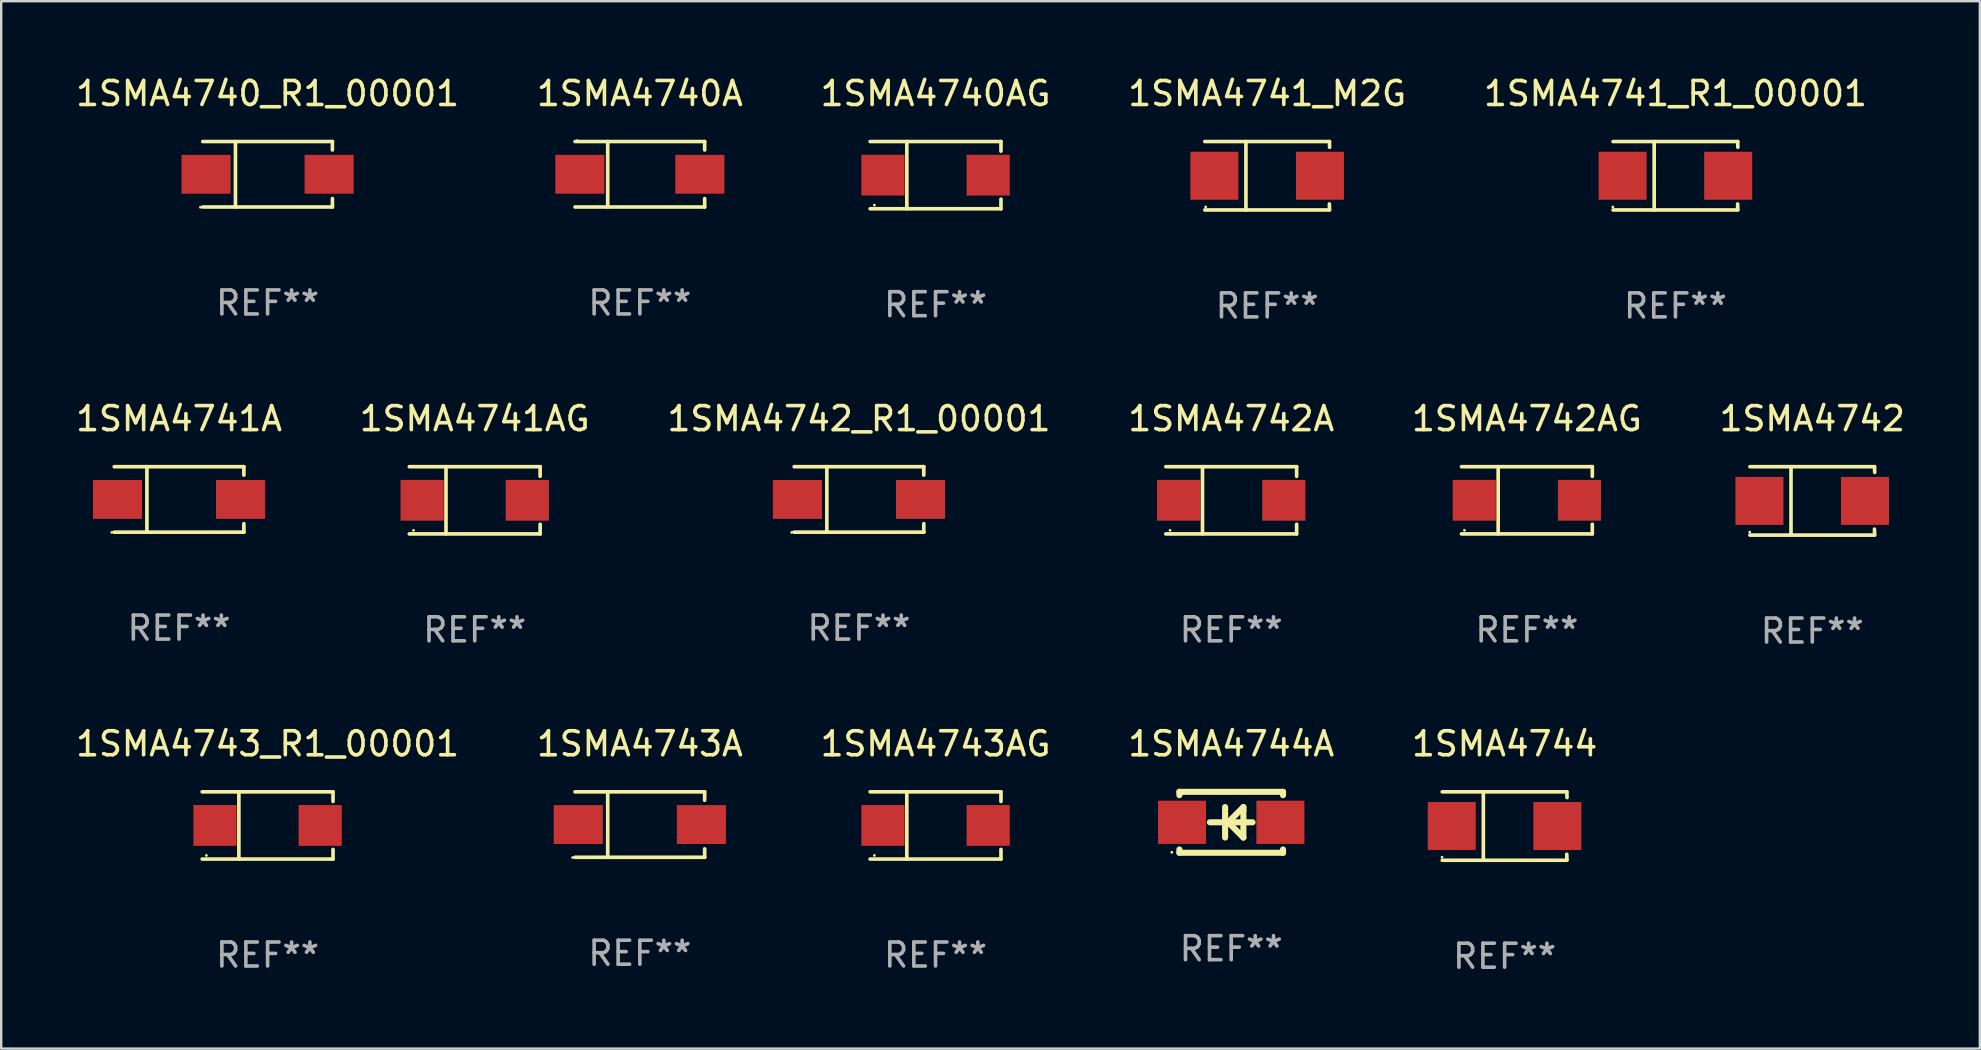
<source format=kicad_pcb>
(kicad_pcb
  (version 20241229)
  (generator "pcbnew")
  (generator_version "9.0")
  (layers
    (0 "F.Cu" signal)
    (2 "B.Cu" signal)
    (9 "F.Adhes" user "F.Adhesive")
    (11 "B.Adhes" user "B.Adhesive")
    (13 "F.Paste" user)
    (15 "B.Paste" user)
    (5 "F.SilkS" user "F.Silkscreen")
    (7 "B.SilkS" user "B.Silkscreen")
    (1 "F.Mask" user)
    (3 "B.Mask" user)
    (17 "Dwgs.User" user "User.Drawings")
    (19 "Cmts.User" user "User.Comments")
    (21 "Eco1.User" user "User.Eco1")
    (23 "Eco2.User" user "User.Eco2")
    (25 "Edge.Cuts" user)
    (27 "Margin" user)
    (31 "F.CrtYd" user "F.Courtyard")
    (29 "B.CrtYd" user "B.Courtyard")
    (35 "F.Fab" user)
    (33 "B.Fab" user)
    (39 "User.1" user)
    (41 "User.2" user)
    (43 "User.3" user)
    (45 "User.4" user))
  (footprint "1SMA4741_R1_00001"
    (layer "F.Cu")
    (at 66.768 4.274)
    (property "Reference" "1SMA4741_R1_00001" (at 0 -3.426 0) (layer "F.SilkS") (effects (font (size 1 1) (thickness 0.15))))
    (attr through_hole)
    (fp_line (start -2.6 -1.426) (end 2.593 -1.426) (stroke (width 0.152) (type solid)) (layer "F.SilkS"))
    (fp_line (start -2.6 1.426) (end 2.593 1.426) (stroke (width 0.152) (type solid)) (layer "F.SilkS"))
    (fp_line (start -0.887 -1.426) (end -0.887 1.426) (stroke (width 0.152) (type solid)) (layer "F.SilkS"))
    (fp_line (start 2.59 1.176) (end 2.597 1.415) (stroke (width 0.152) (type solid)) (layer "F.SilkS"))
    (fp_line (start 2.593 -1.426) (end 2.6 -1.187) (stroke (width 0.152) (type solid)) (layer "F.SilkS"))
    (fp_circle (center -2.608 1.3) (end -2.578 1.3) (stroke (width 0.06) (type solid)) (fill no) (layer "F.SilkS"))
    (fp_text user "REF**" (at 0 5.426 0) (layer "F.Fab") (effects (font (size 1 1) (thickness 0.15))))
    (pad "1" smd rect (at -2.203 0 180) (size 2 2) (layers "F.Cu" "F.Mask" "F.Paste"))
    (pad "2" smd rect (at 2.197 0 180) (size 2 2) (layers "F.Cu" "F.Mask" "F.Paste")))
  (footprint "1SMA4740_R1_00001"
    (layer "F.Cu")
    (at 8.101 4.212)
    (property "Reference" "1SMA4740_R1_00001" (at 0 -3.364 0) (layer "F.SilkS") (effects (font (size 1 1) (thickness 0.15))))
    (attr through_hole)
    (fp_line (start -2.701 -1.364) (end 2.701 -1.364) (stroke (width 0.152) (type solid)) (layer "F.SilkS"))
    (fp_line (start -2.701 1.364) (end 2.701 1.364) (stroke (width 0.152) (type solid)) (layer "F.SilkS"))
    (fp_line (start -1.339 -1.364) (end -1.339 1.364) (stroke (width 0.152) (type solid)) (layer "F.SilkS"))
    (fp_line (start 2.701 -1.364) (end 2.701 -1.013) (stroke (width 0.152) (type solid)) (layer "F.SilkS"))
    (fp_line (start 2.701 1.364) (end 2.701 1.013) (stroke (width 0.152) (type solid)) (layer "F.SilkS"))
    (fp_circle (center -2.8 1.375) (end -2.77 1.375) (stroke (width 0.06) (type solid)) (fill no) (layer "F.SilkS"))
    (fp_text user "REF**" (at 0 5.364 0) (layer "F.Fab") (effects (font (size 1 1) (thickness 0.15))))
    (pad "1" smd rect (at -2.565 -0.000025) (size 2.046 1.62) (layers "F.Cu" "F.Mask" "F.Paste"))
    (pad "2" smd rect (at 2.565 -0.000025) (size 2.046 1.62) (layers "F.Cu" "F.Mask" "F.Paste")))
  (footprint "1SMA4742A"
    (layer "F.Cu")
    (at 48.256 17.798)
    (property "Reference" "1SMA4742A" (at 0 -3.401 0) (layer "F.SilkS") (effects (font (size 1 1) (thickness 0.15))))
    (attr through_hole)
    (fp_line (start -2.726 -1.401) (end 2.726 -1.401) (stroke (width 0.152) (type solid)) (layer "F.SilkS"))
    (fp_line (start -2.726 1.401) (end 2.726 1.401) (stroke (width 0.152) (type solid)) (layer "F.SilkS"))
    (fp_line (start -1.197 -1.401) (end -1.197 1.401) (stroke (width 0.152) (type solid)) (layer "F.SilkS"))
    (fp_line (start 2.726 -1.401) (end 2.726 -1) (stroke (width 0.152) (type solid)) (layer "F.SilkS"))
    (fp_line (start 2.726 1.401) (end 2.726 1) (stroke (width 0.152) (type solid)) (layer "F.SilkS"))
    (fp_circle (center -2.55 1.25) (end -2.52 1.25) (stroke (width 0.06) (type solid)) (fill no) (layer "F.SilkS"))
    (fp_text user "REF**" (at 0 5.401 0) (layer "F.Fab") (effects (font (size 1 1) (thickness 0.15))))
    (pad "1" smd rect (at -2.192 0) (size 1.8 1.7) (layers "F.Cu" "F.Mask" "F.Paste"))
    (pad "2" smd rect (at 2.192 0) (size 1.8 1.7) (layers "F.Cu" "F.Mask" "F.Paste")))
  (footprint "1SMA4741AG"
    (layer "F.Cu")
    (at 16.732 17.798)
    (property "Reference" "1SMA4741AG" (at 0 -3.401 0) (layer "F.SilkS") (effects (font (size 1 1) (thickness 0.15))))
    (attr through_hole)
    (fp_line (start -2.726 -1.401) (end 2.726 -1.401) (stroke (width 0.152) (type solid)) (layer "F.SilkS"))
    (fp_line (start -2.726 1.401) (end 2.726 1.401) (stroke (width 0.152) (type solid)) (layer "F.SilkS"))
    (fp_line (start -1.197 -1.401) (end -1.197 1.401) (stroke (width 0.152) (type solid)) (layer "F.SilkS"))
    (fp_line (start 2.726 -1.401) (end 2.726 -1) (stroke (width 0.152) (type solid)) (layer "F.SilkS"))
    (fp_line (start 2.726 1.401) (end 2.726 1) (stroke (width 0.152) (type solid)) (layer "F.SilkS"))
    (fp_circle (center -2.55 1.25) (end -2.52 1.25) (stroke (width 0.06) (type solid)) (fill no) (layer "F.SilkS"))
    (fp_text user "REF**" (at 0 5.401 0) (layer "F.Fab") (effects (font (size 1 1) (thickness 0.15))))
    (pad "1" smd rect (at -2.192 0) (size 1.8 1.7) (layers "F.Cu" "F.Mask" "F.Paste"))
    (pad "2" smd rect (at 2.192 0) (size 1.8 1.7) (layers "F.Cu" "F.Mask" "F.Paste")))
  (footprint "1SMA4741_M2G"
    (layer "F.Cu")
    (at 49.756 4.274)
    (property "Reference" "1SMA4741_M2G" (at 0 -3.426 0) (layer "F.SilkS") (effects (font (size 1 1) (thickness 0.15))))
    (attr through_hole)
    (fp_line (start -2.6 -1.426) (end 2.593 -1.426) (stroke (width 0.152) (type solid)) (layer "F.SilkS"))
    (fp_line (start -2.6 1.426) (end 2.593 1.426) (stroke (width 0.152) (type solid)) (layer "F.SilkS"))
    (fp_line (start -0.887 -1.426) (end -0.887 1.426) (stroke (width 0.152) (type solid)) (layer "F.SilkS"))
    (fp_line (start 2.59 1.176) (end 2.597 1.415) (stroke (width 0.152) (type solid)) (layer "F.SilkS"))
    (fp_line (start 2.593 -1.426) (end 2.6 -1.187) (stroke (width 0.152) (type solid)) (layer "F.SilkS"))
    (fp_circle (center -2.563 1.3) (end -2.533 1.3) (stroke (width 0.06) (type solid)) (fill no) (layer "F.SilkS"))
    (fp_text user "REF**" (at 0 5.426 0) (layer "F.Fab") (effects (font (size 1 1) (thickness 0.15))))
    (pad "1" smd rect (at -2.203 -0.000025 180) (size 2 2) (layers "F.Cu" "F.Mask" "F.Paste"))
    (pad "2" smd rect (at 2.197 -0.000025 180) (size 2 2) (layers "F.Cu" "F.Mask" "F.Paste")))
  (footprint "1SMA4740A"
    (layer "F.Cu")
    (at 23.613 4.212)
    (property "Reference" "1SMA4740A" (at 0 -3.364 0) (layer "F.SilkS") (effects (font (size 1 1) (thickness 0.15))))
    (attr through_hole)
    (fp_line (start -2.701 -1.364) (end 2.701 -1.364) (stroke (width 0.152) (type solid)) (layer "F.SilkS"))
    (fp_line (start -2.701 1.364) (end 2.701 1.364) (stroke (width 0.152) (type solid)) (layer "F.SilkS"))
    (fp_line (start -1.339 -1.364) (end -1.339 1.364) (stroke (width 0.152) (type solid)) (layer "F.SilkS"))
    (fp_line (start 2.701 -1.364) (end 2.701 -1.013) (stroke (width 0.152) (type solid)) (layer "F.SilkS"))
    (fp_line (start 2.701 1.364) (end 2.701 1.013) (stroke (width 0.152) (type solid)) (layer "F.SilkS"))
    (fp_circle (center -2.615 -1.4) (end -2.585 -1.4) (stroke (width 0.06) (type solid)) (fill no) (layer "F.SilkS"))
    (fp_text user "REF**" (at 0 5.364 0) (layer "F.Fab") (effects (font (size 1 1) (thickness 0.15))))
    (pad "1" smd rect (at -2.5 0) (size 2.046 1.62) (layers "F.Cu" "F.Mask" "F.Paste"))
    (pad "2" smd rect (at 2.5 0) (size 2.046 1.62) (layers "F.Cu" "F.Mask" "F.Paste")))
  (footprint "1SMA4744"
    (layer "F.Cu")
    (at 59.649 31.372)
    (property "Reference" "1SMA4744" (at 0 -3.426 0) (layer "F.SilkS") (effects (font (size 1 1) (thickness 0.15))))
    (attr through_hole)
    (fp_line (start -2.6 -1.426) (end 2.593 -1.426) (stroke (width 0.152) (type solid)) (layer "F.SilkS"))
    (fp_line (start -2.6 1.426) (end 2.593 1.426) (stroke (width 0.152) (type solid)) (layer "F.SilkS"))
    (fp_line (start -0.887 -1.426) (end -0.887 1.426) (stroke (width 0.152) (type solid)) (layer "F.SilkS"))
    (fp_line (start 2.59 1.176) (end 2.597 1.415) (stroke (width 0.152) (type solid)) (layer "F.SilkS"))
    (fp_line (start 2.593 -1.426) (end 2.6 -1.187) (stroke (width 0.152) (type solid)) (layer "F.SilkS"))
    (fp_circle (center -2.608 1.3) (end -2.578 1.3) (stroke (width 0.06) (type solid)) (fill no) (layer "F.SilkS"))
    (fp_text user "REF**" (at 0 5.426 0) (layer "F.Fab") (effects (font (size 1 1) (thickness 0.15))))
    (pad "1" smd rect (at -2.203 0 180) (size 2 2) (layers "F.Cu" "F.Mask" "F.Paste"))
    (pad "2" smd rect (at 2.197 0 180) (size 2 2) (layers "F.Cu" "F.Mask" "F.Paste")))
  (footprint "1SMA4742"
    (layer "F.Cu")
    (at 72.47 17.823)
    (property "Reference" "1SMA4742" (at 0 -3.426 0) (layer "F.SilkS") (effects (font (size 1 1) (thickness 0.15))))
    (attr through_hole)
    (fp_line (start -2.6 -1.426) (end 2.593 -1.426) (stroke (width 0.152) (type solid)) (layer "F.SilkS"))
    (fp_line (start -2.6 1.426) (end 2.593 1.426) (stroke (width 0.152) (type solid)) (layer "F.SilkS"))
    (fp_line (start -0.887 -1.426) (end -0.887 1.426) (stroke (width 0.152) (type solid)) (layer "F.SilkS"))
    (fp_line (start 2.59 1.176) (end 2.597 1.415) (stroke (width 0.152) (type solid)) (layer "F.SilkS"))
    (fp_line (start 2.593 -1.426) (end 2.6 -1.187) (stroke (width 0.152) (type solid)) (layer "F.SilkS"))
    (fp_circle (center -2.608 1.3) (end -2.578 1.3) (stroke (width 0.06) (type solid)) (fill no) (layer "F.SilkS"))
    (fp_text user "REF**" (at 0 5.426 0) (layer "F.Fab") (effects (font (size 1 1) (thickness 0.15))))
    (pad "1" smd rect (at -2.203 0 180) (size 2 2) (layers "F.Cu" "F.Mask" "F.Paste"))
    (pad "2" smd rect (at 2.197 0 180) (size 2 2) (layers "F.Cu" "F.Mask" "F.Paste")))
  (footprint "1SMA4740AG"
    (layer "F.Cu")
    (at 35.935 4.249)
    (property "Reference" "1SMA4740AG" (at 0 -3.401 0) (layer "F.SilkS") (effects (font (size 1 1) (thickness 0.15))))
    (attr through_hole)
    (fp_line (start -2.726 -1.401) (end 2.726 -1.401) (stroke (width 0.152) (type solid)) (layer "F.SilkS"))
    (fp_line (start -2.726 1.401) (end 2.726 1.401) (stroke (width 0.152) (type solid)) (layer "F.SilkS"))
    (fp_line (start -1.197 -1.401) (end -1.197 1.401) (stroke (width 0.152) (type solid)) (layer "F.SilkS"))
    (fp_line (start 2.726 -1.401) (end 2.726 -1) (stroke (width 0.152) (type solid)) (layer "F.SilkS"))
    (fp_line (start 2.726 1.401) (end 2.726 1) (stroke (width 0.152) (type solid)) (layer "F.SilkS"))
    (fp_circle (center -2.55 1.25) (end -2.52 1.25) (stroke (width 0.06) (type solid)) (fill no) (layer "F.SilkS"))
    (fp_text user "REF**" (at 0 5.401 0) (layer "F.Fab") (effects (font (size 1 1) (thickness 0.15))))
    (pad "1" smd rect (at -2.192 0) (size 1.8 1.7) (layers "F.Cu" "F.Mask" "F.Paste"))
    (pad "2" smd rect (at 2.192 0) (size 1.8 1.7) (layers "F.Cu" "F.Mask" "F.Paste")))
  (footprint "1SMA4741A"
    (layer "F.Cu")
    (at 4.411 17.761)
    (property "Reference" "1SMA4741A" (at 0 -3.364 0) (layer "F.SilkS") (effects (font (size 1 1) (thickness 0.15))))
    (attr through_hole)
    (fp_line (start -2.701 -1.364) (end 2.701 -1.364) (stroke (width 0.152) (type solid)) (layer "F.SilkS"))
    (fp_line (start -2.701 1.364) (end 2.701 1.364) (stroke (width 0.152) (type solid)) (layer "F.SilkS"))
    (fp_line (start -1.339 -1.364) (end -1.339 1.364) (stroke (width 0.152) (type solid)) (layer "F.SilkS"))
    (fp_line (start 2.701 -1.364) (end 2.701 -1.013) (stroke (width 0.152) (type solid)) (layer "F.SilkS"))
    (fp_line (start 2.701 1.364) (end 2.701 1.013) (stroke (width 0.152) (type solid)) (layer "F.SilkS"))
    (fp_circle (center -2.8 1.375) (end -2.77 1.375) (stroke (width 0.06) (type solid)) (fill no) (layer "F.SilkS"))
    (fp_text user "REF**" (at 0 5.364 0) (layer "F.Fab") (effects (font (size 1 1) (thickness 0.15))))
    (pad "1" smd rect (at -2.565 -0.000025) (size 2.046 1.62) (layers "F.Cu" "F.Mask" "F.Paste"))
    (pad "2" smd rect (at 2.565 -0.000025) (size 2.046 1.62) (layers "F.Cu" "F.Mask" "F.Paste")))
  (footprint "1SMA4743AG"
    (layer "F.Cu")
    (at 35.935 31.347)
    (property "Reference" "1SMA4743AG" (at 0 -3.401 0) (layer "F.SilkS") (effects (font (size 1 1) (thickness 0.15))))
    (attr through_hole)
    (fp_line (start -2.726 -1.401) (end 2.726 -1.401) (stroke (width 0.152) (type solid)) (layer "F.SilkS"))
    (fp_line (start -2.726 1.401) (end 2.726 1.401) (stroke (width 0.152) (type solid)) (layer "F.SilkS"))
    (fp_line (start -1.197 -1.401) (end -1.197 1.401) (stroke (width 0.152) (type solid)) (layer "F.SilkS"))
    (fp_line (start 2.726 -1.401) (end 2.726 -1) (stroke (width 0.152) (type solid)) (layer "F.SilkS"))
    (fp_line (start 2.726 1.401) (end 2.726 1) (stroke (width 0.152) (type solid)) (layer "F.SilkS"))
    (fp_circle (center -2.55 1.25) (end -2.52 1.25) (stroke (width 0.06) (type solid)) (fill no) (layer "F.SilkS"))
    (fp_text user "REF**" (at 0 5.401 0) (layer "F.Fab") (effects (font (size 1 1) (thickness 0.15))))
    (pad "1" smd rect (at -2.192 0) (size 1.8 1.7) (layers "F.Cu" "F.Mask" "F.Paste"))
    (pad "2" smd rect (at 2.192 0) (size 1.8 1.7) (layers "F.Cu" "F.Mask" "F.Paste")))
  (footprint "1SMA4744A"
    (layer "F.Cu")
    (at 48.256 31.216)
    (property "Reference" "1SMA4744A" (at 0 -3.27 0) (layer "F.SilkS") (effects (font (size 1 1) (thickness 0.15))))
    (attr through_hole)
    (fp_line (start -2.159 -1.27) (end -2.159 -1.131) (stroke (width 0.254) (type solid)) (layer "F.SilkS"))
    (fp_line (start -2.159 1.131) (end -2.159 1.27) (stroke (width 0.254) (type solid)) (layer "F.SilkS"))
    (fp_line (start -2.159 1.27) (end 2.159 1.27) (stroke (width 0.254) (type solid)) (layer "F.SilkS"))
    (fp_line (start -0.255 -0.635) (end -0.255 0.635) (stroke (width 0.254) (type solid)) (layer "F.SilkS"))
    (fp_line (start -0.128 0) (end 0.507 -0.635) (stroke (width 0.254) (type solid)) (layer "F.SilkS"))
    (fp_line (start 0.507 -0.635) (end 0.507 -0.508) (stroke (width 0.254) (type solid)) (layer "F.SilkS"))
    (fp_line (start 0.507 -0.508) (end 0.507 0.635) (stroke (width 0.254) (type solid)) (layer "F.SilkS"))
    (fp_line (start 0.507 0.635) (end -0.128 0) (stroke (width 0.254) (type solid)) (layer "F.SilkS"))
    (fp_line (start 0.888 0) (end -0.89 0) (stroke (width 0.254) (type solid)) (layer "F.SilkS"))
    (fp_line (start 2.159 -1.27) (end -2.159 -1.27) (stroke (width 0.254) (type solid)) (layer "F.SilkS"))
    (fp_line (start 2.159 -1.131) (end 2.159 -1.27) (stroke (width 0.254) (type solid)) (layer "F.SilkS"))
    (fp_line (start 2.159 1.27) (end 2.159 1.131) (stroke (width 0.254) (type solid)) (layer "F.SilkS"))
    (fp_circle (center -2.475 1.25) (end -2.445 1.25) (stroke (width 0.06) (type solid)) (fill no) (layer "F.SilkS"))
    (fp_text user "REF**" (at 0 5.27 0) (layer "F.Fab") (effects (font (size 1 1) (thickness 0.15))))
    (pad "1" smd rect (at -2.051 0) (size 2 1.8) (layers "F.Cu" "F.Mask" "F.Paste"))
    (pad "2" smd rect (at 2.049 0) (size 2 1.8) (layers "F.Cu" "F.Mask" "F.Paste")))
  (footprint "1SMA4743_R1_00001"
    (layer "F.Cu")
    (at 8.101 31.347)
    (property "Reference" "1SMA4743_R1_00001" (at 0 -3.401 0) (layer "F.SilkS") (effects (font (size 1 1) (thickness 0.15))))
    (attr through_hole)
    (fp_line (start -2.726 -1.401) (end 2.726 -1.401) (stroke (width 0.152) (type solid)) (layer "F.SilkS"))
    (fp_line (start -2.726 1.401) (end 2.726 1.401) (stroke (width 0.152) (type solid)) (layer "F.SilkS"))
    (fp_line (start -1.197 -1.401) (end -1.197 1.401) (stroke (width 0.152) (type solid)) (layer "F.SilkS"))
    (fp_line (start 2.726 -1.401) (end 2.726 -1) (stroke (width 0.152) (type solid)) (layer "F.SilkS"))
    (fp_line (start 2.726 1.401) (end 2.726 1) (stroke (width 0.152) (type solid)) (layer "F.SilkS"))
    (fp_circle (center -2.55 1.25) (end -2.52 1.25) (stroke (width 0.06) (type solid)) (fill no) (layer "F.SilkS"))
    (fp_text user "REF**" (at 0 5.401 0) (layer "F.Fab") (effects (font (size 1 1) (thickness 0.15))))
    (pad "1" smd rect (at -2.192 0) (size 1.8 1.7) (layers "F.Cu" "F.Mask" "F.Paste"))
    (pad "2" smd rect (at 2.192 0) (size 1.8 1.7) (layers "F.Cu" "F.Mask" "F.Paste")))
  (footprint "1SMA4742_R1_00001"
    (layer "F.Cu")
    (at 32.744 17.761)
    (property "Reference" "1SMA4742_R1_00001" (at 0 -3.364 0) (layer "F.SilkS") (effects (font (size 1 1) (thickness 0.15))))
    (attr through_hole)
    (fp_line (start -2.701 -1.364) (end 2.701 -1.364) (stroke (width 0.152) (type solid)) (layer "F.SilkS"))
    (fp_line (start -2.701 1.364) (end 2.701 1.364) (stroke (width 0.152) (type solid)) (layer "F.SilkS"))
    (fp_line (start -1.339 -1.364) (end -1.339 1.364) (stroke (width 0.152) (type solid)) (layer "F.SilkS"))
    (fp_line (start 2.701 -1.364) (end 2.701 -1.013) (stroke (width 0.152) (type solid)) (layer "F.SilkS"))
    (fp_line (start 2.701 1.364) (end 2.701 1.013) (stroke (width 0.152) (type solid)) (layer "F.SilkS"))
    (fp_circle (center -2.8 1.375) (end -2.77 1.375) (stroke (width 0.06) (type solid)) (fill no) (layer "F.SilkS"))
    (fp_text user "REF**" (at 0 5.364 0) (layer "F.Fab") (effects (font (size 1 1) (thickness 0.15))))
    (pad "1" smd rect (at -2.565 -0.000025) (size 2.046 1.62) (layers "F.Cu" "F.Mask" "F.Paste"))
    (pad "2" smd rect (at 2.565 -0.000025) (size 2.046 1.62) (layers "F.Cu" "F.Mask" "F.Paste")))
  (footprint "1SMA4743A"
    (layer "F.Cu")
    (at 23.613 31.31)
    (property "Reference" "1SMA4743A" (at 0 -3.364 0) (layer "F.SilkS") (effects (font (size 1 1) (thickness 0.15))))
    (attr through_hole)
    (fp_line (start -2.701 -1.364) (end 2.701 -1.364) (stroke (width 0.152) (type solid)) (layer "F.SilkS"))
    (fp_line (start -2.701 1.364) (end 2.701 1.364) (stroke (width 0.152) (type solid)) (layer "F.SilkS"))
    (fp_line (start -1.339 -1.364) (end -1.339 1.364) (stroke (width 0.152) (type solid)) (layer "F.SilkS"))
    (fp_line (start 2.701 -1.364) (end 2.701 -1.013) (stroke (width 0.152) (type solid)) (layer "F.SilkS"))
    (fp_line (start 2.701 1.364) (end 2.701 1.013) (stroke (width 0.152) (type solid)) (layer "F.SilkS"))
    (fp_circle (center -2.8 1.375) (end -2.77 1.375) (stroke (width 0.06) (type solid)) (fill no) (layer "F.SilkS"))
    (fp_text user "REF**" (at 0 5.364 0) (layer "F.Fab") (effects (font (size 1 1) (thickness 0.15))))
    (pad "1" smd rect (at -2.565 -0.000025) (size 2.046 1.62) (layers "F.Cu" "F.Mask" "F.Paste"))
    (pad "2" smd rect (at 2.565 -0.000025) (size 2.046 1.62) (layers "F.Cu" "F.Mask" "F.Paste")))
  (footprint "1SMA4742AG"
    (layer "F.Cu")
    (at 60.577 17.798)
    (property "Reference" "1SMA4742AG" (at 0 -3.401 0) (layer "F.SilkS") (effects (font (size 1 1) (thickness 0.15))))
    (attr through_hole)
    (fp_line (start -2.726 -1.401) (end 2.726 -1.401) (stroke (width 0.152) (type solid)) (layer "F.SilkS"))
    (fp_line (start -2.726 1.401) (end 2.726 1.401) (stroke (width 0.152) (type solid)) (layer "F.SilkS"))
    (fp_line (start -1.197 -1.401) (end -1.197 1.401) (stroke (width 0.152) (type solid)) (layer "F.SilkS"))
    (fp_line (start 2.726 -1.401) (end 2.726 -1) (stroke (width 0.152) (type solid)) (layer "F.SilkS"))
    (fp_line (start 2.726 1.401) (end 2.726 1) (stroke (width 0.152) (type solid)) (layer "F.SilkS"))
    (fp_circle (center -2.603 1.25) (end -2.573 1.25) (stroke (width 0.06) (type solid)) (fill no) (layer "F.SilkS"))
    (fp_text user "REF**" (at 0 5.401 0) (layer "F.Fab") (effects (font (size 1 1) (thickness 0.15))))
    (pad "1" smd rect (at -2.193 0.000025) (size 1.8 1.7) (layers "F.Cu" "F.Mask" "F.Paste"))
    (pad "2" smd rect (at 2.193 0.000025) (size 1.8 1.7) (layers "F.Cu" "F.Mask" "F.Paste")))
  (gr_rect
    (start -3 -3)
    (end 79.452 40.647)
    (stroke (width 0.1) (type default))
    (fill no)
    (layer "Edge.Cuts")))
</source>
